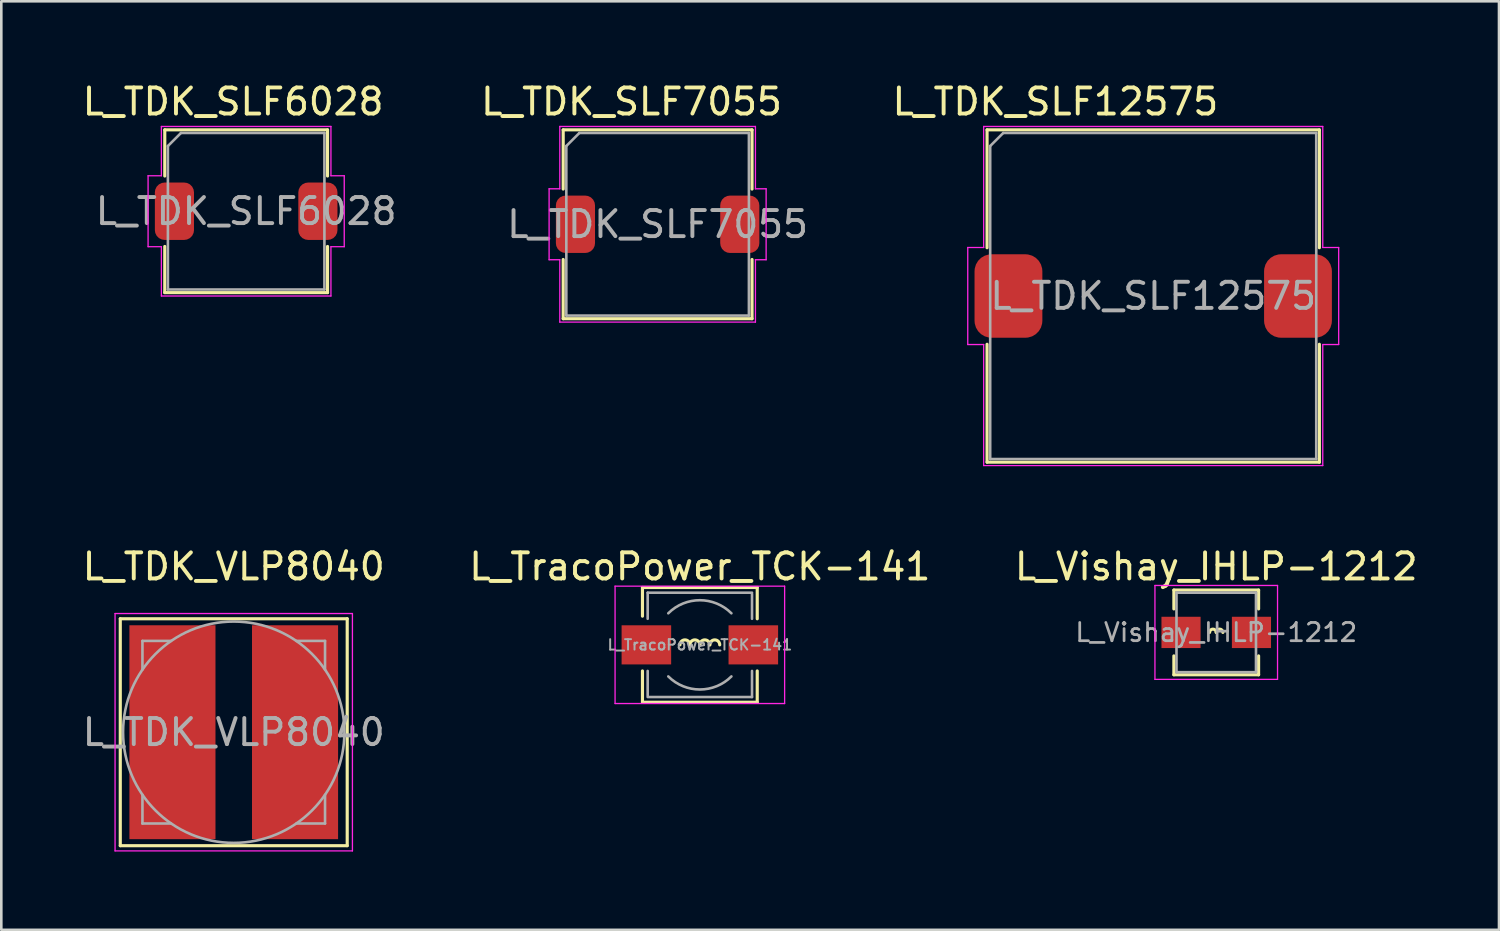
<source format=kicad_pcb>
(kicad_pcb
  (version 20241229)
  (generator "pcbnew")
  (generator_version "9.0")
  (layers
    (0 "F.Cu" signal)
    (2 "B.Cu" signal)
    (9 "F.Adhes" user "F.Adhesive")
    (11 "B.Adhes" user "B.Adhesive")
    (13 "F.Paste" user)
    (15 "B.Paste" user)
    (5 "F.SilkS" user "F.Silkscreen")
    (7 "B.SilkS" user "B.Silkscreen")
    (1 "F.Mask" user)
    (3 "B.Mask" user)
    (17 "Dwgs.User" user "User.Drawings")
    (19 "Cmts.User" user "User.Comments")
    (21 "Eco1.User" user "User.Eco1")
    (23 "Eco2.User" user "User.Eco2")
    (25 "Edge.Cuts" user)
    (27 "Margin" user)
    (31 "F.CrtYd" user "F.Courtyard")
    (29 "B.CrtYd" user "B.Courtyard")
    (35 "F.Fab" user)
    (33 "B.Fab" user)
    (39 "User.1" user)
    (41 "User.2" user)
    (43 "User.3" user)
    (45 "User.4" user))
  (footprint "L_TDK_SLF6028"
    (layer "F.Cu")
    (at 6.387 5.048)
    (property "Reference" "L_TDK_SLF6028" (at -0.5 -4.2 0) (layer "F.SilkS") (effects (font (size 1 1) (thickness 0.15))))
    (attr smd)
    (fp_line (start -3.12 -3.12) (end -3.12 -1.35) (stroke (width 0.12) (type solid)) (layer "F.SilkS"))
    (fp_line (start -3.12 -3.12) (end 3.12 -3.12) (stroke (width 0.12) (type solid)) (layer "F.SilkS"))
    (fp_line (start -3.12 1.35) (end -3.12 3.12) (stroke (width 0.12) (type solid)) (layer "F.SilkS"))
    (fp_line (start -3.12 3.12) (end 3.12 3.12) (stroke (width 0.12) (type solid)) (layer "F.SilkS"))
    (fp_line (start 3.12 -3.12) (end 3.12 -1.35) (stroke (width 0.12) (type solid)) (layer "F.SilkS"))
    (fp_line (start 3.12 1.35) (end 3.12 3.12) (stroke (width 0.12) (type solid)) (layer "F.SilkS"))
    (fp_line (start -3.76 -1.36) (end -3.76 1.36) (stroke (width 0.05) (type solid)) (layer "F.CrtYd"))
    (fp_line (start -3.76 1.36) (end -3.25 1.36) (stroke (width 0.05) (type solid)) (layer "F.CrtYd"))
    (fp_line (start -3.25 -3.25) (end -3.25 -1.36) (stroke (width 0.05) (type solid)) (layer "F.CrtYd"))
    (fp_line (start -3.25 -3.25) (end 3.25 -3.25) (stroke (width 0.05) (type solid)) (layer "F.CrtYd"))
    (fp_line (start -3.25 -1.36) (end -3.76 -1.36) (stroke (width 0.05) (type solid)) (layer "F.CrtYd"))
    (fp_line (start -3.25 1.36) (end -3.25 3.25) (stroke (width 0.05) (type solid)) (layer "F.CrtYd"))
    (fp_line (start -3.25 3.25) (end 3.25 3.25) (stroke (width 0.05) (type solid)) (layer "F.CrtYd"))
    (fp_line (start 3.25 -3.25) (end 3.25 -1.36) (stroke (width 0.05) (type solid)) (layer "F.CrtYd"))
    (fp_line (start 3.25 -1.36) (end 3.76 -1.36) (stroke (width 0.05) (type solid)) (layer "F.CrtYd"))
    (fp_line (start 3.25 1.36) (end 3.25 3.25) (stroke (width 0.05) (type solid)) (layer "F.CrtYd"))
    (fp_line (start 3.76 -1.36) (end 3.76 1.36) (stroke (width 0.05) (type solid)) (layer "F.CrtYd"))
    (fp_line (start 3.76 1.36) (end 3.25 1.36) (stroke (width 0.05) (type solid)) (layer "F.CrtYd"))
    (fp_line (start -3 -2.5) (end -2.5 -3) (stroke (width 0.1) (type solid)) (layer "F.Fab"))
    (fp_line (start -3 3) (end -3 -2.5) (stroke (width 0.1) (type solid)) (layer "F.Fab"))
    (fp_line (start -2.5 -3) (end 3 -3) (stroke (width 0.1) (type solid)) (layer "F.Fab"))
    (fp_line (start 3 -3) (end 3 3) (stroke (width 0.1) (type solid)) (layer "F.Fab"))
    (fp_line (start 3 3) (end -3 3) (stroke (width 0.1) (type solid)) (layer "F.Fab"))
    (fp_text user "${REFERENCE}" (at 0 0 0) (layer "F.Fab") (effects (font (size 1 1) (thickness 0.15))))
    (pad "1" smd roundrect (at -2.75 0) (size 1.5 2.2) (layers "F.Cu" "F.Mask" "F.Paste") (roundrect_rratio 0.25))
    (pad "2" smd roundrect (at 2.75 0) (size 1.5 2.2) (layers "F.Cu" "F.Mask" "F.Paste") (roundrect_rratio 0.25)))
  (footprint "L_Vishay_IHLP-1212"
    (layer "F.Cu")
    (at 43.577 21.195)
    (property "Reference" "L_Vishay_IHLP-1212" (at 0 -2.524 0) (layer "F.SilkS") (effects (font (size 1 1) (thickness 0.15))))
    (attr smd)
    (fp_line (start -1.624 -1.624) (end 1.624 -1.624) (stroke (width 0.12) (type solid)) (layer "F.SilkS"))
    (fp_line (start -1.624 -0.9) (end -1.624 -1.624) (stroke (width 0.12) (type solid)) (layer "F.SilkS"))
    (fp_line (start -1.624 0.9) (end -1.624 1.624) (stroke (width 0.12) (type solid)) (layer "F.SilkS"))
    (fp_line (start -1.624 1.624) (end 1.624 1.624) (stroke (width 0.12) (type solid)) (layer "F.SilkS"))
    (fp_line (start 1.624 -1.624) (end 1.624 -0.9) (stroke (width 0.12) (type solid)) (layer "F.SilkS"))
    (fp_line (start 1.624 1.624) (end 1.624 0.9) (stroke (width 0.12) (type solid)) (layer "F.SilkS"))
    (fp_arc (start -0.254 0) (mid -0.127 -0.127) (end 0 0) (stroke (width 0.12) (type solid)) (layer "F.SilkS"))
    (fp_arc (start 0 0) (mid 0.127 -0.127) (end 0.254 0) (stroke (width 0.12) (type solid)) (layer "F.SilkS"))
    (fp_line (start -2.35 -1.8) (end -2.35 1.8) (stroke (width 0.05) (type solid)) (layer "F.CrtYd"))
    (fp_line (start -2.35 1.8) (end 2.35 1.8) (stroke (width 0.05) (type solid)) (layer "F.CrtYd"))
    (fp_line (start 2.35 -1.8) (end -2.35 -1.8) (stroke (width 0.05) (type solid)) (layer "F.CrtYd"))
    (fp_line (start 2.35 1.8) (end 2.35 -1.8) (stroke (width 0.05) (type solid)) (layer "F.CrtYd"))
    (fp_line (start -1.524 -1.524) (end -1.524 1.524) (stroke (width 0.1) (type solid)) (layer "F.Fab"))
    (fp_line (start -1.524 1.524) (end 1.524 1.524) (stroke (width 0.1) (type solid)) (layer "F.Fab"))
    (fp_line (start 1.524 -1.524) (end -1.524 -1.524) (stroke (width 0.1) (type solid)) (layer "F.Fab"))
    (fp_line (start 1.524 1.524) (end 1.524 -1.524) (stroke (width 0.1) (type solid)) (layer "F.Fab"))
    (fp_text user "${REFERENCE}" (at 0 0 0) (layer "F.Fab") (effects (font (size 0.7 0.7) (thickness 0.105))))
    (pad "1" smd rect (at -1.35 0) (size 1.5 1.2) (layers "F.Cu" "F.Mask" "F.Paste"))
    (pad "2" smd rect (at 1.35 0) (size 1.5 1.2) (layers "F.Cu" "F.Mask" "F.Paste")))
  (footprint "L_TDK_SLF7055"
    (layer "F.Cu")
    (at 22.161 5.548)
    (property "Reference" "L_TDK_SLF7055" (at -1 -4.7 0) (layer "F.SilkS") (effects (font (size 1 1) (thickness 0.15))))
    (attr smd)
    (fp_line (start -3.62 -3.62) (end -3.62 -1.35) (stroke (width 0.12) (type solid)) (layer "F.SilkS"))
    (fp_line (start -3.62 -3.62) (end 3.62 -3.62) (stroke (width 0.12) (type solid)) (layer "F.SilkS"))
    (fp_line (start -3.62 1.35) (end -3.62 3.62) (stroke (width 0.12) (type solid)) (layer "F.SilkS"))
    (fp_line (start -3.62 3.62) (end 3.62 3.62) (stroke (width 0.12) (type solid)) (layer "F.SilkS"))
    (fp_line (start 3.62 -3.62) (end 3.62 -1.35) (stroke (width 0.12) (type solid)) (layer "F.SilkS"))
    (fp_line (start 3.62 1.35) (end 3.62 3.62) (stroke (width 0.12) (type solid)) (layer "F.SilkS"))
    (fp_line (start -4.16 -1.36) (end -4.16 1.36) (stroke (width 0.05) (type solid)) (layer "F.CrtYd"))
    (fp_line (start -4.16 1.36) (end -3.75 1.36) (stroke (width 0.05) (type solid)) (layer "F.CrtYd"))
    (fp_line (start -3.75 -3.75) (end -3.75 -1.36) (stroke (width 0.05) (type solid)) (layer "F.CrtYd"))
    (fp_line (start -3.75 -3.75) (end 3.75 -3.75) (stroke (width 0.05) (type solid)) (layer "F.CrtYd"))
    (fp_line (start -3.75 -1.36) (end -4.16 -1.36) (stroke (width 0.05) (type solid)) (layer "F.CrtYd"))
    (fp_line (start -3.75 1.36) (end -3.75 3.75) (stroke (width 0.05) (type solid)) (layer "F.CrtYd"))
    (fp_line (start -3.75 3.75) (end 3.75 3.75) (stroke (width 0.05) (type solid)) (layer "F.CrtYd"))
    (fp_line (start 3.75 -3.75) (end 3.75 -1.36) (stroke (width 0.05) (type solid)) (layer "F.CrtYd"))
    (fp_line (start 3.75 -1.36) (end 4.16 -1.36) (stroke (width 0.05) (type solid)) (layer "F.CrtYd"))
    (fp_line (start 3.75 1.36) (end 3.75 3.75) (stroke (width 0.05) (type solid)) (layer "F.CrtYd"))
    (fp_line (start 4.16 -1.36) (end 4.16 1.36) (stroke (width 0.05) (type solid)) (layer "F.CrtYd"))
    (fp_line (start 4.16 1.36) (end 3.75 1.36) (stroke (width 0.05) (type solid)) (layer "F.CrtYd"))
    (fp_line (start -3.5 -3) (end -3 -3.5) (stroke (width 0.1) (type solid)) (layer "F.Fab"))
    (fp_line (start -3.5 3.5) (end -3.5 -3) (stroke (width 0.1) (type solid)) (layer "F.Fab"))
    (fp_line (start -3 -3.5) (end 3.5 -3.5) (stroke (width 0.1) (type solid)) (layer "F.Fab"))
    (fp_line (start 3.5 -3.5) (end 3.5 3.5) (stroke (width 0.1) (type solid)) (layer "F.Fab"))
    (fp_line (start 3.5 3.5) (end -3.5 3.5) (stroke (width 0.1) (type solid)) (layer "F.Fab"))
    (fp_text user "${REFERENCE}" (at 0 0 0) (layer "F.Fab") (effects (font (size 1 1) (thickness 0.15))))
    (pad "1" smd roundrect (at -3.15 0) (size 1.5 2.2) (layers "F.Cu" "F.Mask" "F.Paste") (roundrect_rratio 0.25))
    (pad "2" smd roundrect (at 3.15 0) (size 1.5 2.2) (layers "F.Cu" "F.Mask" "F.Paste") (roundrect_rratio 0.25)))
  (footprint "L_TDK_SLF12575"
    (layer "F.Cu")
    (at 41.161 8.298)
    (property "Reference" "L_TDK_SLF12575" (at -3.75 -7.45 0) (layer "F.SilkS") (effects (font (size 1 1) (thickness 0.15))))
    (attr smd)
    (fp_line (start -6.37 -6.37) (end -6.37 -1.85) (stroke (width 0.12) (type solid)) (layer "F.SilkS"))
    (fp_line (start -6.37 -6.37) (end 6.37 -6.37) (stroke (width 0.12) (type solid)) (layer "F.SilkS"))
    (fp_line (start -6.37 1.85) (end -6.37 6.37) (stroke (width 0.12) (type solid)) (layer "F.SilkS"))
    (fp_line (start -6.37 6.37) (end 6.37 6.37) (stroke (width 0.12) (type solid)) (layer "F.SilkS"))
    (fp_line (start 6.37 -6.37) (end 6.37 -1.85) (stroke (width 0.12) (type solid)) (layer "F.SilkS"))
    (fp_line (start 6.37 1.85) (end 6.37 6.37) (stroke (width 0.12) (type solid)) (layer "F.SilkS"))
    (fp_line (start -7.11 -1.86) (end -7.11 1.86) (stroke (width 0.05) (type solid)) (layer "F.CrtYd"))
    (fp_line (start -7.11 1.86) (end -6.5 1.86) (stroke (width 0.05) (type solid)) (layer "F.CrtYd"))
    (fp_line (start -6.5 -6.5) (end -6.5 -1.86) (stroke (width 0.05) (type solid)) (layer "F.CrtYd"))
    (fp_line (start -6.5 -6.5) (end 6.5 -6.5) (stroke (width 0.05) (type solid)) (layer "F.CrtYd"))
    (fp_line (start -6.5 -1.86) (end -7.11 -1.86) (stroke (width 0.05) (type solid)) (layer "F.CrtYd"))
    (fp_line (start -6.5 1.86) (end -6.5 6.5) (stroke (width 0.05) (type solid)) (layer "F.CrtYd"))
    (fp_line (start -6.5 6.5) (end 6.5 6.5) (stroke (width 0.05) (type solid)) (layer "F.CrtYd"))
    (fp_line (start 6.5 -6.5) (end 6.5 -1.86) (stroke (width 0.05) (type solid)) (layer "F.CrtYd"))
    (fp_line (start 6.5 -1.86) (end 7.11 -1.86) (stroke (width 0.05) (type solid)) (layer "F.CrtYd"))
    (fp_line (start 6.5 1.86) (end 6.5 6.5) (stroke (width 0.05) (type solid)) (layer "F.CrtYd"))
    (fp_line (start 7.11 -1.86) (end 7.11 1.86) (stroke (width 0.05) (type solid)) (layer "F.CrtYd"))
    (fp_line (start 7.11 1.86) (end 6.5 1.86) (stroke (width 0.05) (type solid)) (layer "F.CrtYd"))
    (fp_line (start -6.25 -5.75) (end -5.75 -6.25) (stroke (width 0.1) (type solid)) (layer "F.Fab"))
    (fp_line (start -6.25 6.25) (end -6.25 -5.75) (stroke (width 0.1) (type solid)) (layer "F.Fab"))
    (fp_line (start -5.75 -6.25) (end 6.25 -6.25) (stroke (width 0.1) (type solid)) (layer "F.Fab"))
    (fp_line (start 6.25 -6.25) (end 6.25 6.25) (stroke (width 0.1) (type solid)) (layer "F.Fab"))
    (fp_line (start 6.25 6.25) (end -6.25 6.25) (stroke (width 0.1) (type solid)) (layer "F.Fab"))
    (fp_text user "${REFERENCE}" (at 0 0 0) (layer "F.Fab") (effects (font (size 1 1) (thickness 0.15))))
    (pad "1" smd roundrect (at -5.55 0) (size 2.6 3.2) (layers "F.Cu" "F.Mask" "F.Paste") (roundrect_rratio 0.25))
    (pad "2" smd roundrect (at 5.55 0) (size 2.6 3.2) (layers "F.Cu" "F.Mask" "F.Paste") (roundrect_rratio 0.25)))
  (footprint "L_TracoPower_TCK-141"
    (layer "F.Cu")
    (at 23.78 21.672)
    (property "Reference" "L_TracoPower_TCK-141" (at 0 -3 0) (layer "F.SilkS") (effects (font (size 1 1) (thickness 0.15))))
    (attr smd)
    (fp_line (start -2.2 -2.2) (end 2.2 -2.2) (stroke (width 0.12) (type solid)) (layer "F.SilkS"))
    (fp_line (start -2.2 -1.1) (end -2.2 -2.2) (stroke (width 0.12) (type solid)) (layer "F.SilkS"))
    (fp_line (start -2.2 2.2) (end -2.2 1) (stroke (width 0.12) (type solid)) (layer "F.SilkS"))
    (fp_line (start 2.2 -2.2) (end 2.2 -1) (stroke (width 0.12) (type solid)) (layer "F.SilkS"))
    (fp_line (start 2.2 1) (end 2.2 2.2) (stroke (width 0.12) (type solid)) (layer "F.SilkS"))
    (fp_line (start 2.2 2.2) (end -2.2 2.2) (stroke (width 0.12) (type solid)) (layer "F.SilkS"))
    (fp_arc (start -0.762 0) (mid -0.5715 -0.1905) (end -0.381 0) (stroke (width 0.12) (type solid)) (layer "F.SilkS"))
    (fp_arc (start -0.381 0) (mid -0.1905 -0.1905) (end 0 0) (stroke (width 0.12) (type solid)) (layer "F.SilkS"))
    (fp_arc (start 0 0) (mid 0.1905 -0.1905) (end 0.381 0) (stroke (width 0.12) (type solid)) (layer "F.SilkS"))
    (fp_arc (start 0.381 0) (mid 0.5715 -0.1905) (end 0.762 0) (stroke (width 0.12) (type solid)) (layer "F.SilkS"))
    (fp_line (start -3.25 -2.25) (end -3.25 2.25) (stroke (width 0.05) (type solid)) (layer "F.CrtYd"))
    (fp_line (start -3.25 -2.25) (end 3.25 -2.25) (stroke (width 0.05) (type solid)) (layer "F.CrtYd"))
    (fp_line (start -3.25 2.25) (end 3.25 2.25) (stroke (width 0.05) (type solid)) (layer "F.CrtYd"))
    (fp_line (start 3.25 2.25) (end 3.25 -2.25) (stroke (width 0.05) (type solid)) (layer "F.CrtYd"))
    (fp_line (start -2 -2) (end -2 -1) (stroke (width 0.1) (type solid)) (layer "F.Fab"))
    (fp_line (start -2 -2) (end 2 -2) (stroke (width 0.1) (type solid)) (layer "F.Fab"))
    (fp_line (start -2 1.95) (end -2 1) (stroke (width 0.1) (type solid)) (layer "F.Fab"))
    (fp_line (start -2 2) (end 2 2) (stroke (width 0.1) (type solid)) (layer "F.Fab"))
    (fp_line (start 2 -1.95) (end 2 -1) (stroke (width 0.1) (type solid)) (layer "F.Fab"))
    (fp_line (start 2 2) (end 2 1) (stroke (width 0.1) (type solid)) (layer "F.Fab"))
    (fp_arc (start -1.21 -1.21) (mid 0 -1.711198) (end 1.21 -1.21) (stroke (width 0.1) (type solid)) (layer "F.Fab"))
    (fp_arc (start 1.21 1.21) (mid 0 1.711198) (end -1.21 1.21) (stroke (width 0.1) (type solid)) (layer "F.Fab"))
    (fp_text user "${REFERENCE}" (at 0 0 0) (layer "F.Fab") (effects (font (size 0.4 0.4) (thickness 0.075))))
    (pad "1" smd rect (at -2.05 0) (size 1.9 1.5) (layers "F.Cu" "F.Mask" "F.Paste"))
    (pad "2" smd rect (at 2.05 0) (size 1.9 1.5) (layers "F.Cu" "F.Mask" "F.Paste")))
  (footprint "L_TDK_VLP8040"
    (layer "F.Cu")
    (at 5.911 25.021)
    (property "Reference" "L_TDK_VLP8040" (at 0 -6.35 0) (layer "F.SilkS") (effects (font (size 1 1) (thickness 0.15))))
    (attr smd)
    (fp_line (start -4.35 -4.35) (end -4.35 4.35) (stroke (width 0.12) (type solid)) (layer "F.SilkS"))
    (fp_line (start -4.35 -4.35) (end 4.35 -4.35) (stroke (width 0.12) (type solid)) (layer "F.SilkS"))
    (fp_line (start -4.35 4.35) (end 4.35 4.35) (stroke (width 0.12) (type solid)) (layer "F.SilkS"))
    (fp_line (start 4.35 4.35) (end 4.35 -4.35) (stroke (width 0.12) (type solid)) (layer "F.SilkS"))
    (fp_line (start -4.55 -4.55) (end -4.55 4.55) (stroke (width 0.05) (type solid)) (layer "F.CrtYd"))
    (fp_line (start -4.55 4.55) (end 4.55 4.55) (stroke (width 0.05) (type solid)) (layer "F.CrtYd"))
    (fp_line (start 4.55 -4.55) (end -4.55 -4.55) (stroke (width 0.05) (type solid)) (layer "F.CrtYd"))
    (fp_line (start 4.55 4.55) (end 4.55 -4.55) (stroke (width 0.05) (type solid)) (layer "F.CrtYd"))
    (fp_line (start -3.5 -3.5) (end -2.4 -3.5) (stroke (width 0.1) (type solid)) (layer "F.Fab"))
    (fp_line (start -3.5 -2.4) (end -3.5 -3.5) (stroke (width 0.1) (type solid)) (layer "F.Fab"))
    (fp_line (start -3.5 2.4) (end -3.5 3.5) (stroke (width 0.1) (type solid)) (layer "F.Fab"))
    (fp_line (start -3.5 3.5) (end -2.4 3.5) (stroke (width 0.1) (type solid)) (layer "F.Fab"))
    (fp_line (start 3.5 -3.5) (end 2.4 -3.5) (stroke (width 0.1) (type solid)) (layer "F.Fab"))
    (fp_line (start 3.5 -3.5) (end 3.5 -2.4) (stroke (width 0.1) (type solid)) (layer "F.Fab"))
    (fp_line (start 3.5 2.4) (end 3.5 3.5) (stroke (width 0.1) (type solid)) (layer "F.Fab"))
    (fp_line (start 3.5 3.5) (end 2.4 3.5) (stroke (width 0.1) (type solid)) (layer "F.Fab"))
    (fp_circle (center 0 0) (end 3 3) (stroke (width 0.1) (type solid)) (fill no) (layer "F.Fab"))
    (fp_text user "${REFERENCE}" (at 0 0 0) (layer "F.Fab") (effects (font (size 1 1) (thickness 0.15))))
    (pad "1" smd rect (at -2.35 0) (size 3.3 8.2) (layers "F.Cu" "F.Mask" "F.Paste"))
    (pad "2" smd rect (at 2.35 0) (size 3.3 8.2) (layers "F.Cu" "F.Mask" "F.Paste")))
  (gr_rect
    (start -3 -3)
    (end 54.417 32.596)
    (stroke (width 0.1) (type default))
    (fill no)
    (layer "Edge.Cuts")))
</source>
